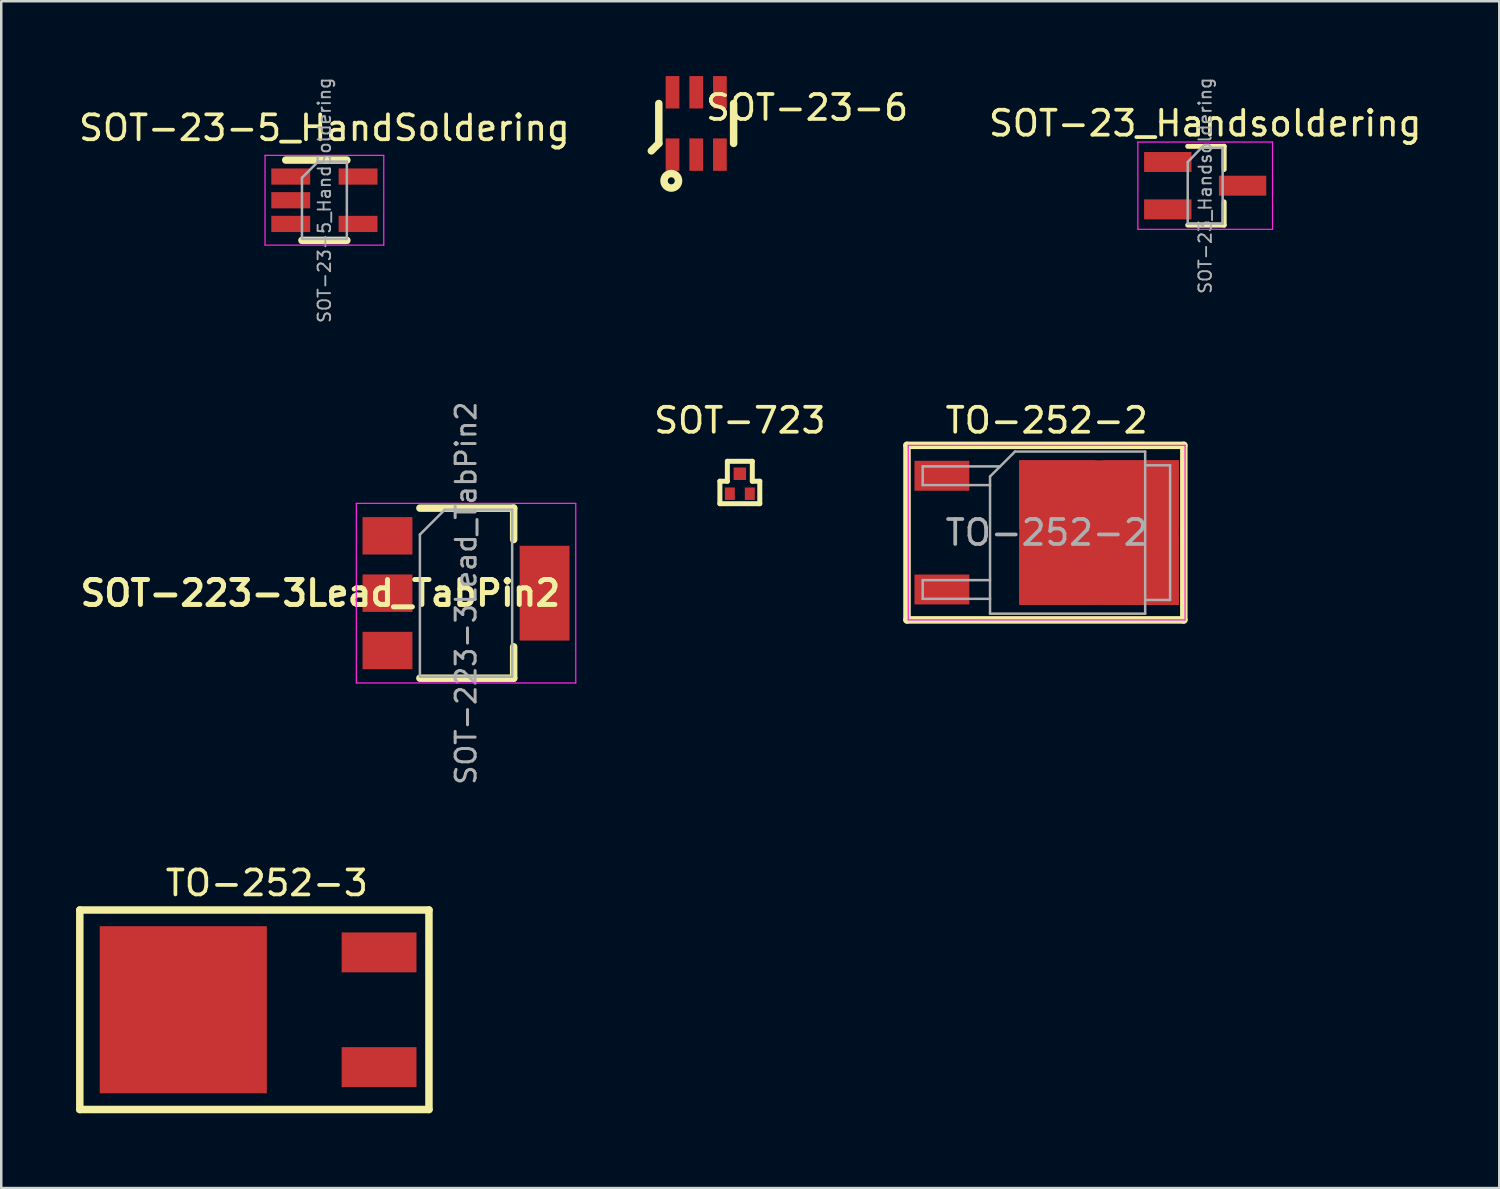
<source format=kicad_pcb>
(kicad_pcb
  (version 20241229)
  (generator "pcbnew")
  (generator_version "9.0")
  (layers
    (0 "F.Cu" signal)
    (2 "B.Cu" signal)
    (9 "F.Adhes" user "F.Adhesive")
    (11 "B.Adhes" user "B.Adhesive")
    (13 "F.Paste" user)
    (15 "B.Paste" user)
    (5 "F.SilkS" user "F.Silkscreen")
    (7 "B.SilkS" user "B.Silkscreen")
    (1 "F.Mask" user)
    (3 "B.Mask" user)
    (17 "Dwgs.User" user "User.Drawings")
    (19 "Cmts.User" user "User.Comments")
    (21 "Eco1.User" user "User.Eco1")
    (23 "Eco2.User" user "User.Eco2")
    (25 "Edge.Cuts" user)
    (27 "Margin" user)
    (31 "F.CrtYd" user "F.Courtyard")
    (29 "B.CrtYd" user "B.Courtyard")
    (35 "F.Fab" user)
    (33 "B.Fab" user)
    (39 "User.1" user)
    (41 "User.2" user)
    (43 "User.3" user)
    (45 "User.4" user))
  (footprint "SOT-23_Handsoldering"
    (layer "F.Cu")
    (at 45.276 4.396)
    (property "Reference" "SOT-23_Handsoldering" (at 0 -2.5 0) (layer "F.SilkS") (effects (font (size 1 1) (thickness 0.15))))
    (attr smd)
    (fp_line (start 0.76 -1.58) (end -0.7 -1.58) (stroke (width 0.2) (type solid)) (layer "F.SilkS"))
    (fp_line (start 0.76 -1.58) (end 0.76 -0.65) (stroke (width 0.2) (type solid)) (layer "F.SilkS"))
    (fp_line (start 0.76 1.58) (end -0.7 1.58) (stroke (width 0.2) (type solid)) (layer "F.SilkS"))
    (fp_line (start 0.76 1.58) (end 0.76 0.65) (stroke (width 0.2) (type solid)) (layer "F.SilkS"))
    (fp_line (start -2.7 -1.75) (end 2.7 -1.75) (stroke (width 0.05) (type solid)) (layer "F.CrtYd"))
    (fp_line (start -2.7 1.75) (end -2.7 -1.75) (stroke (width 0.05) (type solid)) (layer "F.CrtYd"))
    (fp_line (start 2.7 -1.75) (end 2.7 1.75) (stroke (width 0.05) (type solid)) (layer "F.CrtYd"))
    (fp_line (start 2.7 1.75) (end -2.7 1.75) (stroke (width 0.05) (type solid)) (layer "F.CrtYd"))
    (fp_line (start -0.7 -0.95) (end -0.7 1.5) (stroke (width 0.1) (type solid)) (layer "F.Fab"))
    (fp_line (start -0.7 -0.95) (end -0.15 -1.52) (stroke (width 0.1) (type solid)) (layer "F.Fab"))
    (fp_line (start -0.7 1.52) (end 0.7 1.52) (stroke (width 0.1) (type solid)) (layer "F.Fab"))
    (fp_line (start -0.15 -1.52) (end 0.7 -1.52) (stroke (width 0.1) (type solid)) (layer "F.Fab"))
    (fp_line (start 0.7 -1.52) (end 0.7 1.52) (stroke (width 0.1) (type solid)) (layer "F.Fab"))
    (fp_text user "${REFERENCE}" (at 0 0 90) (layer "F.Fab") (effects (font (size 0.5 0.5) (thickness 0.075))))
    (pad "1" smd rect (at -1.5 -0.95) (size 1.9 0.8) (layers "F.Cu" "F.Mask" "F.Paste"))
    (pad "2" smd rect (at -1.5 0.95) (size 1.9 0.8) (layers "F.Cu" "F.Mask" "F.Paste"))
    (pad "3" smd rect (at 1.5 0) (size 1.9 0.8) (layers "F.Cu" "F.Mask" "F.Paste")))
  (footprint "SOT-23-6"
    (layer "F.Cu")
    (at 24.867 1.9)
    (property "Reference" "SOT-23-6" (at 4.445 -0.635 0) (layer "F.SilkS") (effects (font (size 1 1) (thickness 0.15))))
    (attr through_hole)
    (fp_line (start -1.5 -0.8) (end -1.5 0.8) (stroke (width 0.3) (type solid)) (layer "F.SilkS"))
    (fp_line (start -1.5 0.8) (end -1.8 1.1) (stroke (width 0.3) (type solid)) (layer "F.SilkS"))
    (fp_line (start 1.5 0.8) (end 1.5 -0.8) (stroke (width 0.3) (type solid)) (layer "F.SilkS"))
    (fp_circle (center -1 2.3) (end -0.9 2.4) (stroke (width 0.3) (type solid)) (fill no) (layer "F.SilkS"))
    (pad "1" smd rect (at -0.95 1.25) (size 0.55 1.3) (layers "F.Cu" "F.Mask" "F.Paste"))
    (pad "2" smd rect (at 0 1.25) (size 0.55 1.3) (layers "F.Cu" "F.Mask" "F.Paste"))
    (pad "3" smd rect (at 0.95 1.25) (size 0.55 1.3) (layers "F.Cu" "F.Mask" "F.Paste"))
    (pad "4" smd rect (at 0.95 -1.25) (size 0.55 1.3) (layers "F.Cu" "F.Mask" "F.Paste"))
    (pad "5" smd rect (at 0 -1.25) (size 0.55 1.3) (layers "F.Cu" "F.Mask" "F.Paste"))
    (pad "6" smd rect (at -0.95 -1.25) (size 0.55 1.3) (layers "F.Cu" "F.Mask" "F.Paste")))
  (footprint "TO-252-2"
    (layer "F.Cu")
    (at 38.919 18.307)
    (property "Reference" "TO-252-2" (at 0 -4.5 0) (layer "F.SilkS") (effects (font (size 1 1) (thickness 0.15))))
    (attr smd)
    (fp_line (start -5.6 -3.5) (end 5.5 -3.5) (stroke (width 0.3) (type solid)) (layer "F.SilkS"))
    (fp_line (start -5.6 3.5) (end -5.6 -3.5) (stroke (width 0.3) (type solid)) (layer "F.SilkS"))
    (fp_line (start 5.5 -3.5) (end 5.5 3.5) (stroke (width 0.3) (type solid)) (layer "F.SilkS"))
    (fp_line (start 5.5 3.5) (end -5.6 3.5) (stroke (width 0.3) (type solid)) (layer "F.SilkS"))
    (fp_line (start -5.55 -3.5) (end -5.55 3.5) (stroke (width 0.05) (type solid)) (layer "F.CrtYd"))
    (fp_line (start -5.55 3.5) (end 5.55 3.5) (stroke (width 0.05) (type solid)) (layer "F.CrtYd"))
    (fp_line (start 5.55 -3.5) (end -5.55 -3.5) (stroke (width 0.05) (type solid)) (layer "F.CrtYd"))
    (fp_line (start 5.55 3.5) (end 5.55 -3.5) (stroke (width 0.05) (type solid)) (layer "F.CrtYd"))
    (fp_line (start -4.97 -2.655) (end -4.97 -1.905) (stroke (width 0.1) (type solid)) (layer "F.Fab"))
    (fp_line (start -4.97 -1.905) (end -2.27 -1.905) (stroke (width 0.1) (type solid)) (layer "F.Fab"))
    (fp_line (start -4.97 1.905) (end -4.97 2.655) (stroke (width 0.1) (type solid)) (layer "F.Fab"))
    (fp_line (start -4.97 2.655) (end -2.27 2.655) (stroke (width 0.1) (type solid)) (layer "F.Fab"))
    (fp_line (start -2.27 -2.25) (end -1.27 -3.25) (stroke (width 0.1) (type solid)) (layer "F.Fab"))
    (fp_line (start -2.27 1.905) (end -4.97 1.905) (stroke (width 0.1) (type solid)) (layer "F.Fab"))
    (fp_line (start -2.27 3.25) (end -2.27 -2.25) (stroke (width 0.1) (type solid)) (layer "F.Fab"))
    (fp_line (start -1.865 -2.655) (end -4.97 -2.655) (stroke (width 0.1) (type solid)) (layer "F.Fab"))
    (fp_line (start -1.27 -3.25) (end 3.95 -3.25) (stroke (width 0.1) (type solid)) (layer "F.Fab"))
    (fp_line (start 3.95 -3.25) (end 3.95 3.25) (stroke (width 0.1) (type solid)) (layer "F.Fab"))
    (fp_line (start 3.95 -2.7) (end 4.95 -2.7) (stroke (width 0.1) (type solid)) (layer "F.Fab"))
    (fp_line (start 3.95 3.25) (end -2.27 3.25) (stroke (width 0.1) (type solid)) (layer "F.Fab"))
    (fp_line (start 4.95 -2.7) (end 4.95 2.7) (stroke (width 0.1) (type solid)) (layer "F.Fab"))
    (fp_line (start 4.95 2.7) (end 3.95 2.7) (stroke (width 0.1) (type solid)) (layer "F.Fab"))
    (fp_text user "${REFERENCE}" (at 0 0 0) (layer "F.Fab") (effects (font (size 1 1) (thickness 0.15))))
    (pad "1" smd rect (at -4.2 -2.28) (size 2.2 1.2) (layers "F.Cu" "F.Mask" "F.Paste"))
    (pad "2" smd rect (at 0.425 -1.525) (size 3.05 2.75) (layers "F.Cu" "F.Paste"))
    (pad "2" smd rect (at 0.425 1.525) (size 3.05 2.75) (layers "F.Cu" "F.Paste"))
    (pad "2" smd rect (at 2.1 0) (size 6.4 5.8) (layers "F.Cu" "F.Mask"))
    (pad "2" smd rect (at 3.775 -1.525) (size 3.05 2.75) (layers "F.Cu" "F.Paste"))
    (pad "2" smd rect (at 3.775 1.525) (size 3.05 2.75) (layers "F.Cu" "F.Paste"))
    (pad "3" smd rect (at -4.2 2.28) (size 2.2 1.2) (layers "F.Cu" "F.Mask" "F.Paste")))
  (footprint "SOT-723"
    (layer "F.Cu")
    (at 26.616 16.347)
    (property "Reference" "SOT-723" (at 0 -2.54 0) (layer "F.SilkS") (effects (font (size 1 1) (thickness 0.15))))
    (attr through_hole)
    (fp_line (start -0.8 -0.1) (end -0.8 0.8) (stroke (width 0.2) (type solid)) (layer "F.SilkS"))
    (fp_line (start -0.8 -0.1) (end -0.5 -0.1) (stroke (width 0.2) (type solid)) (layer "F.SilkS"))
    (fp_line (start -0.8 0.8) (end 0.8 0.8) (stroke (width 0.2) (type solid)) (layer "F.SilkS"))
    (fp_line (start -0.5 -0.1) (end -0.5 -0.9) (stroke (width 0.2) (type solid)) (layer "F.SilkS"))
    (fp_line (start 0.5 -0.9) (end -0.5 -0.9) (stroke (width 0.2) (type solid)) (layer "F.SilkS"))
    (fp_line (start 0.5 -0.1) (end 0.5 -0.9) (stroke (width 0.2) (type solid)) (layer "F.SilkS"))
    (fp_line (start 0.8 -0.1) (end 0.5 -0.1) (stroke (width 0.2) (type solid)) (layer "F.SilkS"))
    (fp_line (start 0.8 0.8) (end 0.8 -0.1) (stroke (width 0.2) (type solid)) (layer "F.SilkS"))
    (pad "1" smd rect (at -0.4 0.4) (size 0.4 0.5) (layers "F.Cu" "F.Mask" "F.Paste"))
    (pad "2" smd rect (at 0.4 0.4) (size 0.4 0.5) (layers "F.Cu" "F.Mask" "F.Paste"))
    (pad "3" smd rect (at 0 -0.4) (size 0.5 0.5) (layers "F.Cu" "F.Mask" "F.Paste")))
  (footprint "TO-252-3"
    (layer "F.Cu")
    (at 7.65 37.439)
    (property "Reference" "TO-252-3" (at 0 -5.08 0) (layer "F.SilkS") (effects (font (size 1 1) (thickness 0.15))))
    (attr through_hole)
    (fp_line (start -7.5 -4) (end -7.5 4) (stroke (width 0.3) (type solid)) (layer "F.SilkS"))
    (fp_line (start -7.5 4) (end 6.5 4) (stroke (width 0.3) (type solid)) (layer "F.SilkS"))
    (fp_line (start 6.5 -4) (end -7.5 -4) (stroke (width 0.3) (type solid)) (layer "F.SilkS"))
    (fp_line (start 6.5 4) (end 6.5 -4) (stroke (width 0.3) (type solid)) (layer "F.SilkS"))
    (pad "1" smd rect (at 4.5 2.3) (size 3 1.6) (layers "F.Cu" "F.Mask" "F.Paste"))
    (pad "2" smd rect (at -3.35 0) (size 6.7 6.7) (layers "F.Cu" "F.Mask" "F.Paste"))
    (pad "3" smd rect (at 4.5 -2.3) (size 3 1.6) (layers "F.Cu" "F.Mask" "F.Paste")))
  (footprint "SOT-223-3Lead_TabPin2"
    (layer "F.Cu")
    (at 15.637 20.735)
    (property "Reference" "SOT-223-3Lead_TabPin2" (at -5.842 0 0) (layer "F.SilkS") (effects (font (size 1 1) (thickness 0.2))))
    (attr smd)
    (fp_line (start -1.85 -3.41) (end 1.91 -3.41) (stroke (width 0.3) (type solid)) (layer "F.SilkS"))
    (fp_line (start -1.85 3.41) (end 1.91 3.41) (stroke (width 0.3) (type solid)) (layer "F.SilkS"))
    (fp_line (start 1.91 -3.41) (end 1.91 -2.15) (stroke (width 0.3) (type solid)) (layer "F.SilkS"))
    (fp_line (start 1.91 3.41) (end 1.91 2.15) (stroke (width 0.3) (type solid)) (layer "F.SilkS"))
    (fp_line (start -4.4 -3.6) (end -4.4 3.6) (stroke (width 0.05) (type solid)) (layer "F.CrtYd"))
    (fp_line (start -4.4 3.6) (end 4.4 3.6) (stroke (width 0.05) (type solid)) (layer "F.CrtYd"))
    (fp_line (start 4.4 -3.6) (end -4.4 -3.6) (stroke (width 0.05) (type solid)) (layer "F.CrtYd"))
    (fp_line (start 4.4 3.6) (end 4.4 -3.6) (stroke (width 0.05) (type solid)) (layer "F.CrtYd"))
    (fp_line (start -1.85 -2.35) (end -1.85 3.35) (stroke (width 0.1) (type solid)) (layer "F.Fab"))
    (fp_line (start -1.85 -2.35) (end -0.85 -3.35) (stroke (width 0.1) (type solid)) (layer "F.Fab"))
    (fp_line (start -1.85 3.35) (end 1.85 3.35) (stroke (width 0.1) (type solid)) (layer "F.Fab"))
    (fp_line (start -0.85 -3.35) (end 1.85 -3.35) (stroke (width 0.1) (type solid)) (layer "F.Fab"))
    (fp_line (start 1.85 -3.35) (end 1.85 3.35) (stroke (width 0.1) (type solid)) (layer "F.Fab"))
    (fp_text user "${REFERENCE}" (at 0 0 90) (layer "F.Fab") (effects (font (size 0.8 0.8) (thickness 0.12))))
    (pad "1" smd rect (at -3.15 -2.3) (size 2 1.5) (layers "F.Cu" "F.Mask" "F.Paste"))
    (pad "2" smd rect (at -3.15 0) (size 2 1.5) (layers "F.Cu" "F.Mask" "F.Paste"))
    (pad "2" smd rect (at 3.15 0) (size 2 3.8) (layers "F.Cu" "F.Mask" "F.Paste"))
    (pad "3" smd rect (at -3.15 2.3) (size 2 1.5) (layers "F.Cu" "F.Mask" "F.Paste")))
  (footprint "SOT-23-5_HandSoldering"
    (layer "F.Cu")
    (at 9.958 4.979)
    (property "Reference" "SOT-23-5_HandSoldering" (at 0 -2.9 0) (layer "F.SilkS") (effects (font (size 1 1) (thickness 0.15))))
    (attr smd)
    (fp_line (start -0.9 1.61) (end 0.9 1.61) (stroke (width 0.3) (type solid)) (layer "F.SilkS"))
    (fp_line (start 0.9 -1.61) (end -1.55 -1.61) (stroke (width 0.3) (type solid)) (layer "F.SilkS"))
    (fp_line (start -2.38 -1.8) (end -2.38 1.8) (stroke (width 0.05) (type solid)) (layer "F.CrtYd"))
    (fp_line (start -2.38 -1.8) (end 2.38 -1.8) (stroke (width 0.05) (type solid)) (layer "F.CrtYd"))
    (fp_line (start 2.38 1.8) (end -2.38 1.8) (stroke (width 0.05) (type solid)) (layer "F.CrtYd"))
    (fp_line (start 2.38 1.8) (end 2.38 -1.8) (stroke (width 0.05) (type solid)) (layer "F.CrtYd"))
    (fp_line (start -0.9 -0.9) (end -0.9 1.55) (stroke (width 0.1) (type solid)) (layer "F.Fab"))
    (fp_line (start -0.9 -0.9) (end -0.25 -1.55) (stroke (width 0.1) (type solid)) (layer "F.Fab"))
    (fp_line (start 0.9 -1.55) (end -0.25 -1.55) (stroke (width 0.1) (type solid)) (layer "F.Fab"))
    (fp_line (start 0.9 -1.55) (end 0.9 1.55) (stroke (width 0.1) (type solid)) (layer "F.Fab"))
    (fp_line (start 0.9 1.55) (end -0.9 1.55) (stroke (width 0.1) (type solid)) (layer "F.Fab"))
    (fp_text user "${REFERENCE}" (at 0 0 90) (layer "F.Fab") (effects (font (size 0.5 0.5) (thickness 0.075))))
    (pad "1" smd rect (at -1.35 -0.95) (size 1.56 0.65) (layers "F.Cu" "F.Mask" "F.Paste"))
    (pad "2" smd rect (at -1.35 0) (size 1.56 0.65) (layers "F.Cu" "F.Mask" "F.Paste"))
    (pad "3" smd rect (at -1.35 0.95) (size 1.56 0.65) (layers "F.Cu" "F.Mask" "F.Paste"))
    (pad "4" smd rect (at 1.35 0.95) (size 1.56 0.65) (layers "F.Cu" "F.Mask" "F.Paste"))
    (pad "5" smd rect (at 1.35 -0.95) (size 1.56 0.65) (layers "F.Cu" "F.Mask" "F.Paste")))
  (gr_rect
    (start -3 -3)
    (end 57.068 44.589)
    (stroke (width 0.1) (type default))
    (fill no)
    (layer "Edge.Cuts")))
</source>
